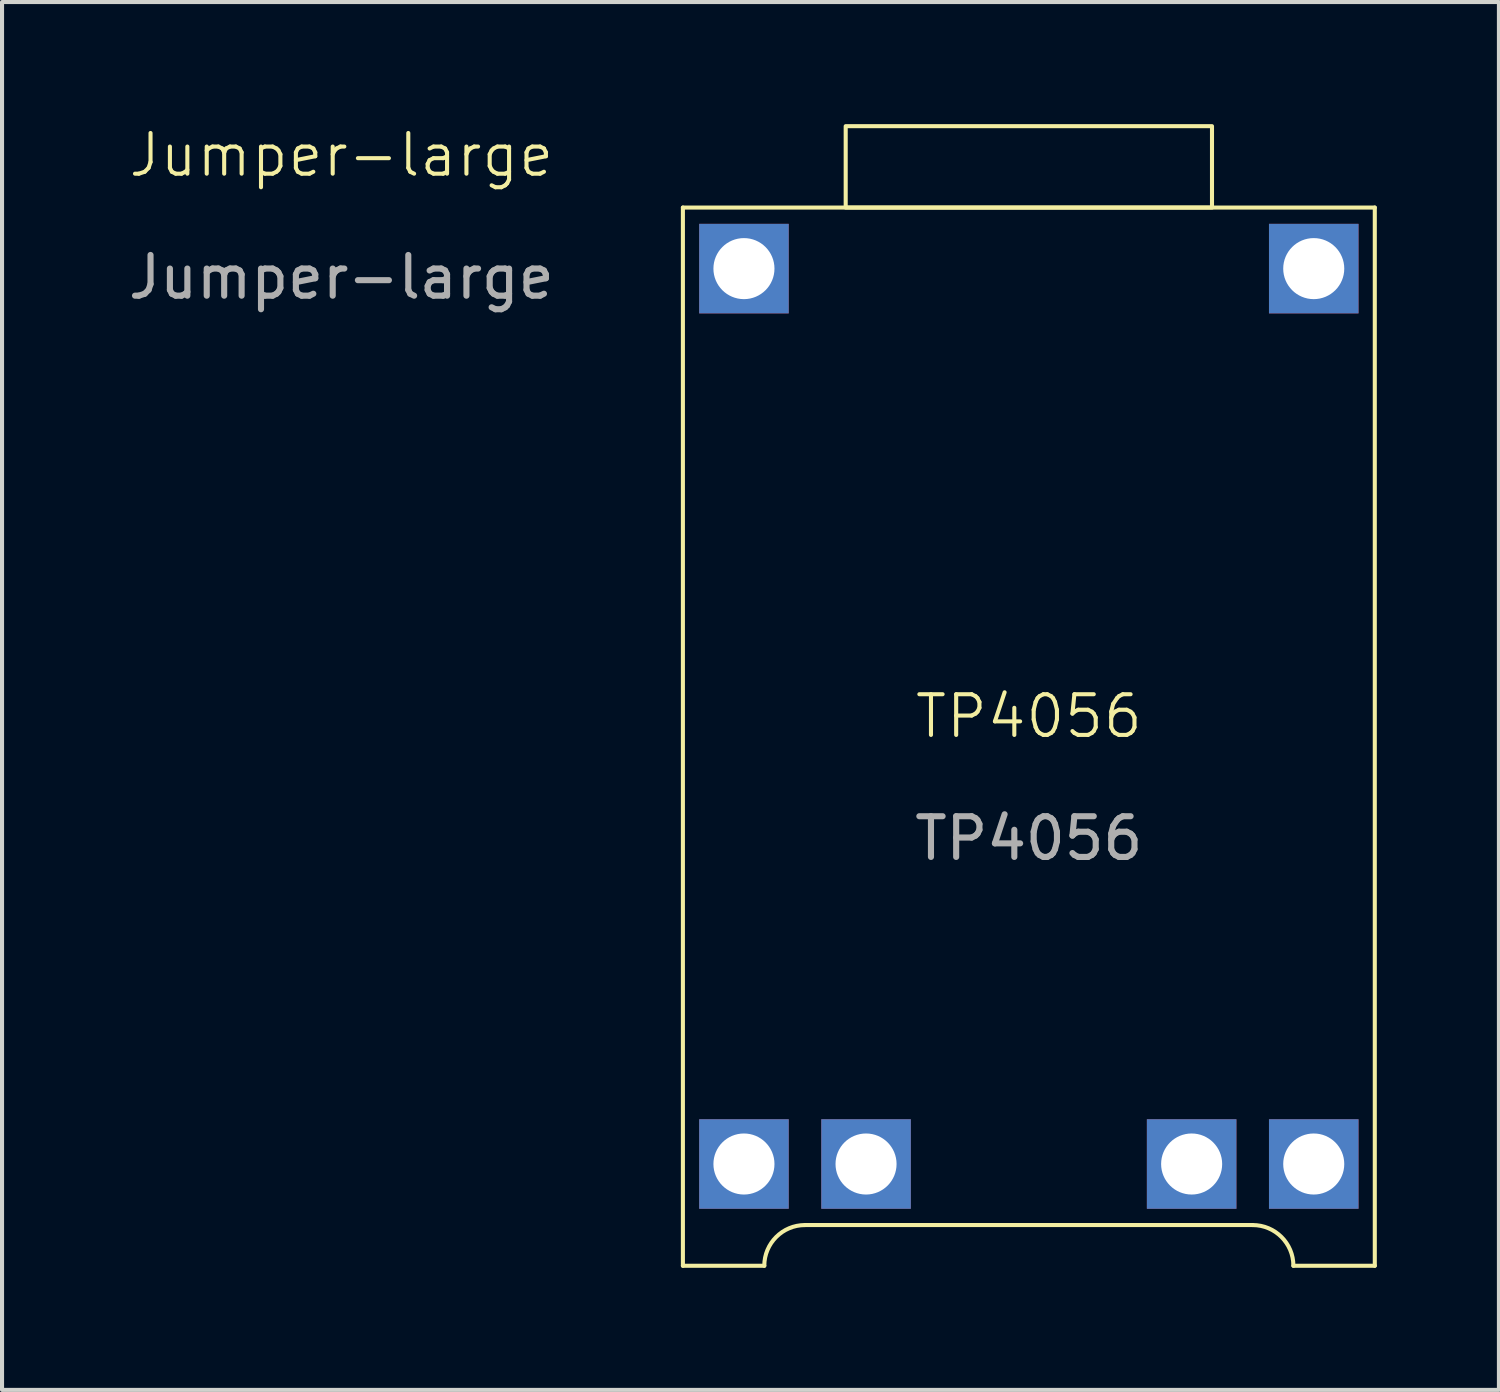
<source format=kicad_pcb>
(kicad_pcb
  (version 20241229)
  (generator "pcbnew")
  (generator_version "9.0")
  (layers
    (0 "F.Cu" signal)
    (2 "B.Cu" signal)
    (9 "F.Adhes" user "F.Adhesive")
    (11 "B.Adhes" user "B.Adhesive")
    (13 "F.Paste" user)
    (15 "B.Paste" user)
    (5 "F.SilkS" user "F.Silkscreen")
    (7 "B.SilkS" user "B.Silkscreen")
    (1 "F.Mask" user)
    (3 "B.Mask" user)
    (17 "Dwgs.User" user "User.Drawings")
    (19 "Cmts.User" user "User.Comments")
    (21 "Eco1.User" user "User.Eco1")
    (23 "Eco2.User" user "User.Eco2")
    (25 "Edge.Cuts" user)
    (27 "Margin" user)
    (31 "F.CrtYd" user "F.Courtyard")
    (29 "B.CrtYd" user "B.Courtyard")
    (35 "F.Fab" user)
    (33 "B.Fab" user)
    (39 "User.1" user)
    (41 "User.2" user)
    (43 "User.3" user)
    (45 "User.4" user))
  (footprint "TP4056"
    (layer "F.Cu")
    (at 22.229 15.05)
    (property "Reference" "TP4056" (at 0 -0.5 0) (unlocked yes) (layer "F.SilkS") (effects (font (size 1 1) (thickness 0.1))))
    (attr smd)
    (fp_line (start -8.5 -13) (end -8.5 13) (stroke (width 0.1) (type default)) (layer "F.SilkS"))
    (fp_line (start -8.5 -13) (end 8.5 -13) (stroke (width 0.1) (type default)) (layer "F.SilkS"))
    (fp_line (start -6.5 13) (end -8.5 13) (stroke (width 0.1) (type default)) (layer "F.SilkS"))
    (fp_line (start -5.5 12) (end 5.5 12) (stroke (width 0.1) (type default)) (layer "F.SilkS"))
    (fp_line (start 8.5 -13) (end 8.5 13) (stroke (width 0.1) (type default)) (layer "F.SilkS"))
    (fp_line (start 8.5 13) (end 6.5 13) (stroke (width 0.1) (type default)) (layer "F.SilkS"))
    (fp_rect (start -4.5 -15) (end 4.5 -13) (stroke (width 0.1) (type default)) (fill no) (layer "F.SilkS"))
    (fp_arc (start -6.5 13) (mid -6.207107 12.292893) (end -5.5 12) (stroke (width 0.1) (type default)) (layer "F.SilkS"))
    (fp_arc (start 5.5 12) (mid 6.207107 12.292893) (end 6.5 13) (stroke (width 0.1) (type default)) (layer "F.SilkS"))
    (fp_text user "${REFERENCE}" (at 0 2.5 0) (unlocked yes) (layer "F.Fab") (effects (font (size 1 1) (thickness 0.15))))
    (pad "0" thru_hole rect (at 4 10.5 90) (size 2.2 2.2) (drill 1.5) (layers "*.Cu" "*.Mask"))
    (pad "1" thru_hole rect (at -4 10.5 90) (size 2.2 2.2) (drill 1.5) (layers "*.Cu" "*.Mask"))
    (pad "2" thru_hole rect (at 7 10.5 90) (size 2.2 2.2) (drill 1.5) (layers "*.Cu" "*.Mask"))
    (pad "3" thru_hole rect (at -7 10.5 90) (size 2.2 2.2) (drill 1.5) (layers "*.Cu" "*.Mask"))
    (pad "4" thru_hole rect (at 7 -11.5 90) (size 2.2 2.2) (drill 1.5) (layers "*.Cu" "*.Mask"))
    (pad "5" thru_hole rect (at -7 -11.5 90) (size 2.2 2.2) (drill 1.5) (layers "*.Cu" "*.Mask")))
  (footprint "Jumper-large"
    (layer "F.Cu")
    (at 5.339 1.26)
    (property "Reference" "Jumper-large" (at 0 -0.5 0) (unlocked yes) (layer "F.SilkS") (effects (font (size 1 1) (thickness 0.1))))
    (attr smd)
    (fp_text user "${REFERENCE}" (at 0 2.5 0) (unlocked yes) (layer "F.Fab") (effects (font (size 1 1) (thickness 0.15)))))
  (gr_rect
    (start -3 -3)
    (end 33.779 31.1)
    (stroke (width 0.1) (type default))
    (fill no)
    (layer "Edge.Cuts")))
</source>
